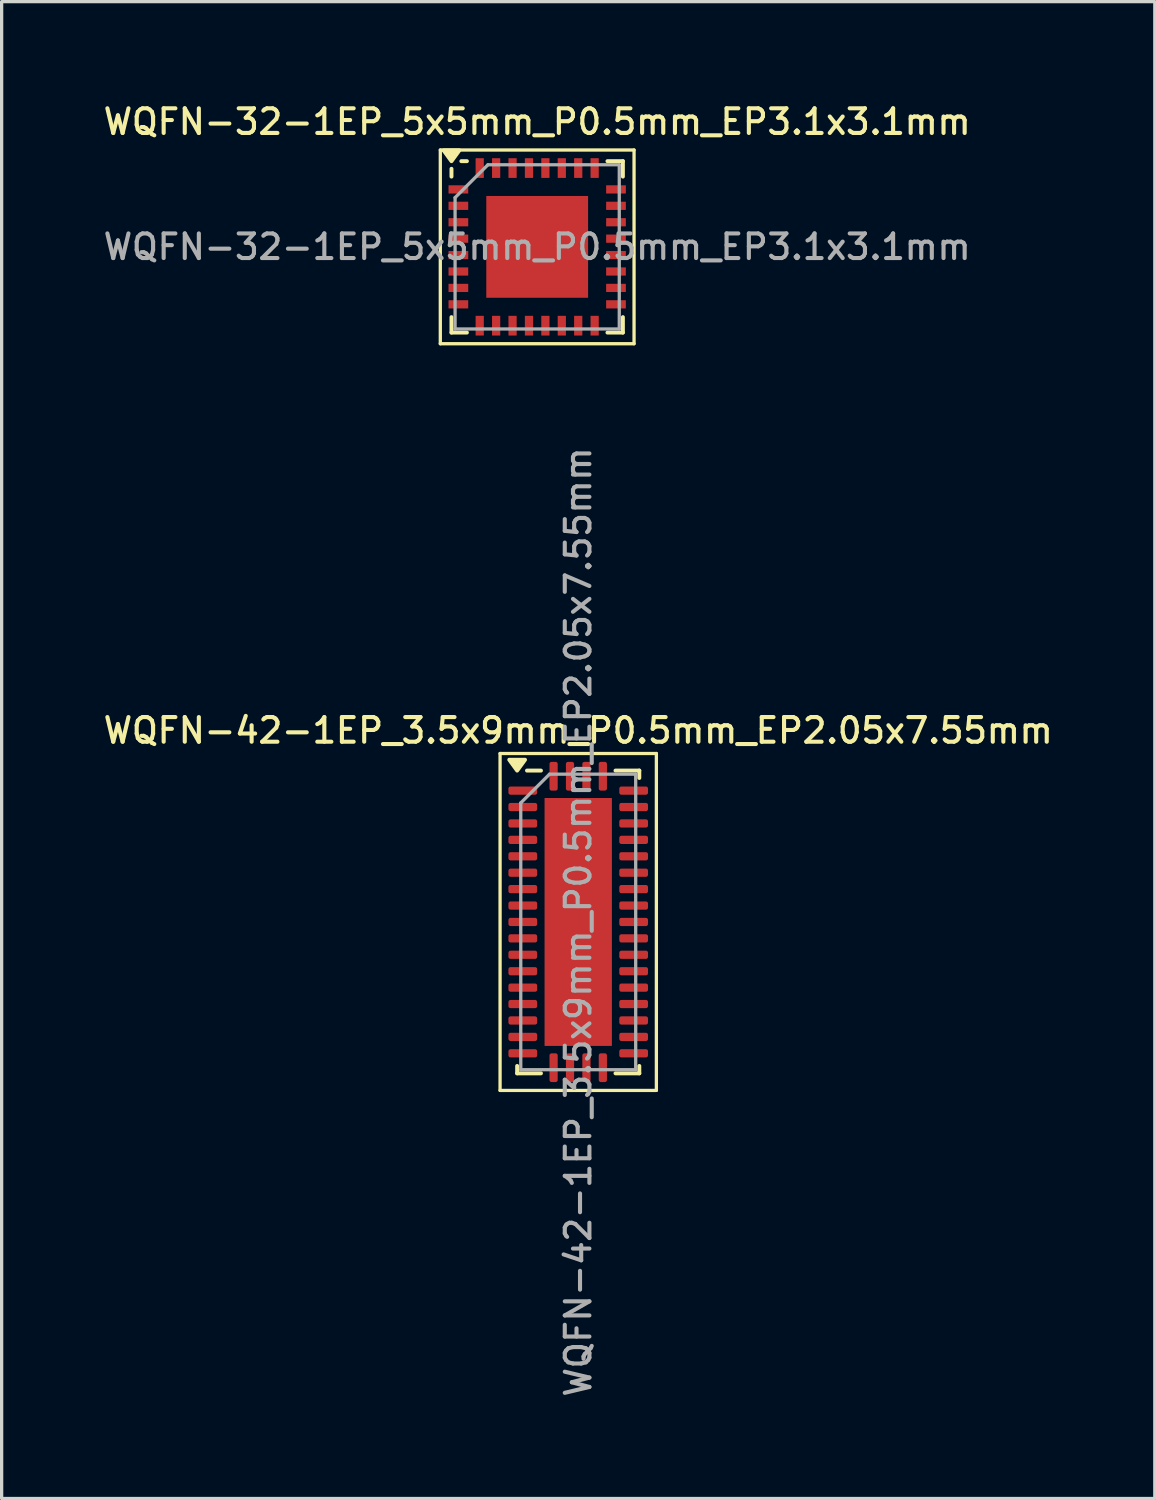
<source format=kicad_pcb>
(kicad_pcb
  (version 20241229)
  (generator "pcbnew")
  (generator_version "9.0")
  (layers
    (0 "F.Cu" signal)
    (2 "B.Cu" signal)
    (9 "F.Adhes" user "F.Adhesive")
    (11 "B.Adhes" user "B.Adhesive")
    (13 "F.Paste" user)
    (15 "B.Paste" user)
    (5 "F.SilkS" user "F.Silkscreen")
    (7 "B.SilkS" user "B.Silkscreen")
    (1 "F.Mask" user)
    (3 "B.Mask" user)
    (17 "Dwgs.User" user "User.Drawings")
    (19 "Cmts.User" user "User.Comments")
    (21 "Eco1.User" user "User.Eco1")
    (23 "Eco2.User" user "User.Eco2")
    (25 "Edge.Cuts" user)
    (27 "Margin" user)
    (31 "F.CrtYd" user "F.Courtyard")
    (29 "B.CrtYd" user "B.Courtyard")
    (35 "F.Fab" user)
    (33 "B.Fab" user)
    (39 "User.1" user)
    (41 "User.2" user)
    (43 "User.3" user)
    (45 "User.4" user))
  (footprint "WQFN-32-1EP_5x5mm_P0.5mm_EP3.1x3.1mm"
    (layer "F.Cu")
    (at 13.309 4.468)
    (property "Reference" "WQFN-32-1EP_5x5mm_P0.5mm_EP3.1x3.1mm" (at 0 -3.81 0) (layer "F.SilkS") (effects (font (size 0.75 0.75) (thickness 0.125))))
    (attr smd)
    (fp_line (start -2.95 -2.95) (end 2.95 -2.95) (stroke (width 0.1) (type solid)) (layer "F.SilkS"))
    (fp_line (start -2.95 2.95) (end -2.95 -2.95) (stroke (width 0.1) (type solid)) (layer "F.SilkS"))
    (fp_line (start -2.61 -2.14) (end -2.61 -2.377) (stroke (width 0.12) (type solid)) (layer "F.SilkS"))
    (fp_line (start -2.61 2.61) (end -2.61 2.14) (stroke (width 0.12) (type solid)) (layer "F.SilkS"))
    (fp_line (start -2.14 -2.61) (end -2.31 -2.61) (stroke (width 0.12) (type solid)) (layer "F.SilkS"))
    (fp_line (start -2.14 2.61) (end -2.61 2.61) (stroke (width 0.12) (type solid)) (layer "F.SilkS"))
    (fp_line (start 2.14 -2.61) (end 2.61 -2.61) (stroke (width 0.12) (type solid)) (layer "F.SilkS"))
    (fp_line (start 2.61 -2.61) (end 2.61 -2.14) (stroke (width 0.12) (type solid)) (layer "F.SilkS"))
    (fp_line (start 2.61 2.14) (end 2.61 2.61) (stroke (width 0.12) (type solid)) (layer "F.SilkS"))
    (fp_line (start 2.61 2.61) (end 2.14 2.61) (stroke (width 0.12) (type solid)) (layer "F.SilkS"))
    (fp_line (start 2.95 -2.95) (end 2.95 2.95) (stroke (width 0.1) (type solid)) (layer "F.SilkS"))
    (fp_line (start 2.95 2.95) (end -2.95 2.95) (stroke (width 0.1) (type solid)) (layer "F.SilkS"))
    (fp_poly (pts (xy -2.61 -2.61) (xy -2.85 -2.94) (xy -2.37 -2.94) (xy -2.61 -2.61)) (stroke (width 0.12) (type solid)) (fill yes) (layer "F.SilkS"))
    (fp_line (start -2.5 -1.5) (end -2.5 2.5) (stroke (width 0.1) (type solid)) (layer "F.Fab"))
    (fp_line (start -1.5 -2.5) (end -2.5 -1.5) (stroke (width 0.1) (type solid)) (layer "F.Fab"))
    (fp_line (start 2.5 -2.5) (end -1.5 -2.5) (stroke (width 0.1) (type solid)) (layer "F.Fab"))
    (fp_line (start 2.5 -2.5) (end 2.5 2.5) (stroke (width 0.1) (type solid)) (layer "F.Fab"))
    (fp_line (start 2.5 2.5) (end -2.5 2.5) (stroke (width 0.1) (type solid)) (layer "F.Fab"))
    (fp_text user "${REFERENCE}" (at 0 0 0) (layer "F.Fab") (effects (font (size 0.75 0.75) (thickness 0.125))))
    (pad "" smd rect (at -0.775 -0.775) (size 1.23 1.23) (layers "F.Paste"))
    (pad "" smd rect (at -0.775 0.775) (size 1.23 1.23) (layers "F.Paste"))
    (pad "" smd rect (at 0.775 -0.775) (size 1.23 1.23) (layers "F.Paste"))
    (pad "" smd rect (at 0.775 0.775) (size 1.23 1.23) (layers "F.Paste"))
    (pad "1" smd rect (at -2.4 -1.75 90) (size 0.25 0.6) (layers "F.Cu" "F.Mask" "F.Paste"))
    (pad "2" smd rect (at -2.4 -1.25 90) (size 0.25 0.6) (layers "F.Cu" "F.Mask" "F.Paste"))
    (pad "3" smd rect (at -2.4 -0.75 90) (size 0.25 0.6) (layers "F.Cu" "F.Mask" "F.Paste"))
    (pad "4" smd rect (at -2.4 -0.25 90) (size 0.25 0.6) (layers "F.Cu" "F.Mask" "F.Paste"))
    (pad "5" smd rect (at -2.4 0.25 90) (size 0.25 0.6) (layers "F.Cu" "F.Mask" "F.Paste"))
    (pad "6" smd rect (at -2.4 0.75 90) (size 0.25 0.6) (layers "F.Cu" "F.Mask" "F.Paste"))
    (pad "7" smd rect (at -2.4 1.25 90) (size 0.25 0.6) (layers "F.Cu" "F.Mask" "F.Paste"))
    (pad "8" smd rect (at -2.4 1.75 90) (size 0.25 0.6) (layers "F.Cu" "F.Mask" "F.Paste"))
    (pad "9" smd rect (at -1.75 2.4) (size 0.25 0.6) (layers "F.Cu" "F.Mask" "F.Paste"))
    (pad "10" smd rect (at -1.25 2.4) (size 0.25 0.6) (layers "F.Cu" "F.Mask" "F.Paste"))
    (pad "11" smd rect (at -0.75 2.4) (size 0.25 0.6) (layers "F.Cu" "F.Mask" "F.Paste"))
    (pad "12" smd rect (at -0.25 2.4) (size 0.25 0.6) (layers "F.Cu" "F.Mask" "F.Paste"))
    (pad "13" smd rect (at 0.25 2.4) (size 0.25 0.6) (layers "F.Cu" "F.Mask" "F.Paste"))
    (pad "14" smd rect (at 0.75 2.4) (size 0.25 0.6) (layers "F.Cu" "F.Mask" "F.Paste"))
    (pad "15" smd rect (at 1.25 2.4) (size 0.25 0.6) (layers "F.Cu" "F.Mask" "F.Paste"))
    (pad "16" smd rect (at 1.75 2.4) (size 0.25 0.6) (layers "F.Cu" "F.Mask" "F.Paste"))
    (pad "17" smd rect (at 2.4 1.75 90) (size 0.25 0.6) (layers "F.Cu" "F.Mask" "F.Paste"))
    (pad "18" smd rect (at 2.4 1.25 90) (size 0.25 0.6) (layers "F.Cu" "F.Mask" "F.Paste"))
    (pad "19" smd rect (at 2.4 0.75 90) (size 0.25 0.6) (layers "F.Cu" "F.Mask" "F.Paste"))
    (pad "20" smd rect (at 2.4 0.25 90) (size 0.25 0.6) (layers "F.Cu" "F.Mask" "F.Paste"))
    (pad "21" smd rect (at 2.4 -0.25 90) (size 0.25 0.6) (layers "F.Cu" "F.Mask" "F.Paste"))
    (pad "22" smd rect (at 2.4 -0.75 90) (size 0.25 0.6) (layers "F.Cu" "F.Mask" "F.Paste"))
    (pad "23" smd rect (at 2.4 -1.25 90) (size 0.25 0.6) (layers "F.Cu" "F.Mask" "F.Paste"))
    (pad "24" smd rect (at 2.4 -1.75 90) (size 0.25 0.6) (layers "F.Cu" "F.Mask" "F.Paste"))
    (pad "25" smd rect (at 1.75 -2.4) (size 0.25 0.6) (layers "F.Cu" "F.Mask" "F.Paste"))
    (pad "26" smd rect (at 1.25 -2.4) (size 0.25 0.6) (layers "F.Cu" "F.Mask" "F.Paste"))
    (pad "27" smd rect (at 0.75 -2.4) (size 0.25 0.6) (layers "F.Cu" "F.Mask" "F.Paste"))
    (pad "28" smd rect (at 0.25 -2.4) (size 0.25 0.6) (layers "F.Cu" "F.Mask" "F.Paste"))
    (pad "29" smd rect (at -0.25 -2.4) (size 0.25 0.6) (layers "F.Cu" "F.Mask" "F.Paste"))
    (pad "30" smd rect (at -0.75 -2.4) (size 0.25 0.6) (layers "F.Cu" "F.Mask" "F.Paste"))
    (pad "31" smd rect (at -1.25 -2.4) (size 0.25 0.6) (layers "F.Cu" "F.Mask" "F.Paste"))
    (pad "32" smd rect (at -1.75 -2.4) (size 0.25 0.6) (layers "F.Cu" "F.Mask" "F.Paste"))
    (pad "33" smd rect (at 0 0) (size 3.1 3.1) (layers "F.Cu" "F.Mask")))
  (footprint "WQFN-42-1EP_3.5x9mm_P0.5mm_EP2.05x7.55mm"
    (layer "F.Cu")
    (at 14.559 25.027)
    (property "Reference" "WQFN-42-1EP_3.5x9mm_P0.5mm_EP2.05x7.55mm" (at 0 -5.83 0) (layer "F.SilkS") (effects (font (size 0.75 0.75) (thickness 0.125))))
    (attr smd)
    (fp_line (start -2.38 -5.13) (end -2.38 5.13) (stroke (width 0.1) (type solid)) (layer "F.SilkS"))
    (fp_line (start -2.38 5.13) (end 2.38 5.13) (stroke (width 0.1) (type solid)) (layer "F.SilkS"))
    (fp_line (start -1.86 4.61) (end -1.86 4.385) (stroke (width 0.12) (type solid)) (layer "F.SilkS"))
    (fp_line (start -1.135 -4.61) (end -1.56 -4.61) (stroke (width 0.12) (type solid)) (layer "F.SilkS"))
    (fp_line (start -1.135 4.61) (end -1.86 4.61) (stroke (width 0.12) (type solid)) (layer "F.SilkS"))
    (fp_line (start 1.135 -4.61) (end 1.86 -4.61) (stroke (width 0.12) (type solid)) (layer "F.SilkS"))
    (fp_line (start 1.135 4.61) (end 1.86 4.61) (stroke (width 0.12) (type solid)) (layer "F.SilkS"))
    (fp_line (start 1.86 -4.61) (end 1.86 -4.385) (stroke (width 0.12) (type solid)) (layer "F.SilkS"))
    (fp_line (start 1.86 4.61) (end 1.86 4.385) (stroke (width 0.12) (type solid)) (layer "F.SilkS"))
    (fp_line (start 2.38 -5.13) (end -2.38 -5.13) (stroke (width 0.1) (type solid)) (layer "F.SilkS"))
    (fp_line (start 2.38 5.13) (end 2.38 -5.13) (stroke (width 0.1) (type solid)) (layer "F.SilkS"))
    (fp_poly (pts (xy -1.86 -4.61) (xy -2.1 -4.94) (xy -1.62 -4.94) (xy -1.86 -4.61)) (stroke (width 0.12) (type solid)) (fill yes) (layer "F.SilkS"))
    (fp_line (start -1.75 -3.625) (end -0.875 -4.5) (stroke (width 0.1) (type solid)) (layer "F.Fab"))
    (fp_line (start -1.75 4.5) (end -1.75 -3.625) (stroke (width 0.1) (type solid)) (layer "F.Fab"))
    (fp_line (start -0.875 -4.5) (end 1.75 -4.5) (stroke (width 0.1) (type solid)) (layer "F.Fab"))
    (fp_line (start 1.75 -4.5) (end 1.75 4.5) (stroke (width 0.1) (type solid)) (layer "F.Fab"))
    (fp_line (start 1.75 4.5) (end -1.75 4.5) (stroke (width 0.1) (type solid)) (layer "F.Fab"))
    (fp_text user "${REFERENCE}" (at 0 0 90) (layer "F.Fab") (effects (font (size 0.75 0.75) (thickness 0.125))))
    (pad "" smd roundrect (at -0.51 -3.24) (size 0.83 0.87) (layers "F.Paste") (roundrect_rratio 0.25))
    (pad "" smd roundrect (at -0.51 -2.16) (size 0.83 0.87) (layers "F.Paste") (roundrect_rratio 0.25))
    (pad "" smd roundrect (at -0.51 -1.08) (size 0.83 0.87) (layers "F.Paste") (roundrect_rratio 0.25))
    (pad "" smd roundrect (at -0.51 0) (size 0.83 0.87) (layers "F.Paste") (roundrect_rratio 0.25))
    (pad "" smd roundrect (at -0.51 1.08) (size 0.83 0.87) (layers "F.Paste") (roundrect_rratio 0.25))
    (pad "" smd roundrect (at -0.51 2.16) (size 0.83 0.87) (layers "F.Paste") (roundrect_rratio 0.25))
    (pad "" smd roundrect (at -0.51 3.24) (size 0.83 0.87) (layers "F.Paste") (roundrect_rratio 0.25))
    (pad "" smd roundrect (at 0.51 -3.24) (size 0.83 0.87) (layers "F.Paste") (roundrect_rratio 0.25))
    (pad "" smd roundrect (at 0.51 -2.16) (size 0.83 0.87) (layers "F.Paste") (roundrect_rratio 0.25))
    (pad "" smd roundrect (at 0.51 -1.08) (size 0.83 0.87) (layers "F.Paste") (roundrect_rratio 0.25))
    (pad "" smd roundrect (at 0.51 0) (size 0.83 0.87) (layers "F.Paste") (roundrect_rratio 0.25))
    (pad "" smd roundrect (at 0.51 1.08) (size 0.83 0.87) (layers "F.Paste") (roundrect_rratio 0.25))
    (pad "" smd roundrect (at 0.51 2.16) (size 0.83 0.87) (layers "F.Paste") (roundrect_rratio 0.25))
    (pad "" smd roundrect (at 0.51 3.24) (size 0.83 0.87) (layers "F.Paste") (roundrect_rratio 0.25))
    (pad "1" smd roundrect (at -1.688 -4) (size 0.875 0.25) (layers "F.Cu" "F.Mask" "F.Paste") (roundrect_rratio 0.25))
    (pad "2" smd roundrect (at -1.688 -3.5) (size 0.875 0.25) (layers "F.Cu" "F.Mask" "F.Paste") (roundrect_rratio 0.25))
    (pad "3" smd roundrect (at -1.688 -3) (size 0.875 0.25) (layers "F.Cu" "F.Mask" "F.Paste") (roundrect_rratio 0.25))
    (pad "4" smd roundrect (at -1.688 -2.5) (size 0.875 0.25) (layers "F.Cu" "F.Mask" "F.Paste") (roundrect_rratio 0.25))
    (pad "5" smd roundrect (at -1.688 -2) (size 0.875 0.25) (layers "F.Cu" "F.Mask" "F.Paste") (roundrect_rratio 0.25))
    (pad "6" smd roundrect (at -1.688 -1.5) (size 0.875 0.25) (layers "F.Cu" "F.Mask" "F.Paste") (roundrect_rratio 0.25))
    (pad "7" smd roundrect (at -1.688 -1) (size 0.875 0.25) (layers "F.Cu" "F.Mask" "F.Paste") (roundrect_rratio 0.25))
    (pad "8" smd roundrect (at -1.688 -0.5) (size 0.875 0.25) (layers "F.Cu" "F.Mask" "F.Paste") (roundrect_rratio 0.25))
    (pad "9" smd roundrect (at -1.688 0) (size 0.875 0.25) (layers "F.Cu" "F.Mask" "F.Paste") (roundrect_rratio 0.25))
    (pad "10" smd roundrect (at -1.688 0.5) (size 0.875 0.25) (layers "F.Cu" "F.Mask" "F.Paste") (roundrect_rratio 0.25))
    (pad "11" smd roundrect (at -1.688 1) (size 0.875 0.25) (layers "F.Cu" "F.Mask" "F.Paste") (roundrect_rratio 0.25))
    (pad "12" smd roundrect (at -1.688 1.5) (size 0.875 0.25) (layers "F.Cu" "F.Mask" "F.Paste") (roundrect_rratio 0.25))
    (pad "13" smd roundrect (at -1.688 2) (size 0.875 0.25) (layers "F.Cu" "F.Mask" "F.Paste") (roundrect_rratio 0.25))
    (pad "14" smd roundrect (at -1.688 2.5) (size 0.875 0.25) (layers "F.Cu" "F.Mask" "F.Paste") (roundrect_rratio 0.25))
    (pad "15" smd roundrect (at -1.688 3) (size 0.875 0.25) (layers "F.Cu" "F.Mask" "F.Paste") (roundrect_rratio 0.25))
    (pad "16" smd roundrect (at -1.688 3.5) (size 0.875 0.25) (layers "F.Cu" "F.Mask" "F.Paste") (roundrect_rratio 0.25))
    (pad "17" smd roundrect (at -1.688 4) (size 0.875 0.25) (layers "F.Cu" "F.Mask" "F.Paste") (roundrect_rratio 0.25))
    (pad "18" smd roundrect (at -0.75 4.438) (size 0.25 0.875) (layers "F.Cu" "F.Mask" "F.Paste") (roundrect_rratio 0.25))
    (pad "19" smd roundrect (at -0.25 4.438) (size 0.25 0.875) (layers "F.Cu" "F.Mask" "F.Paste") (roundrect_rratio 0.25))
    (pad "20" smd roundrect (at 0.25 4.438) (size 0.25 0.875) (layers "F.Cu" "F.Mask" "F.Paste") (roundrect_rratio 0.25))
    (pad "21" smd roundrect (at 0.75 4.438) (size 0.25 0.875) (layers "F.Cu" "F.Mask" "F.Paste") (roundrect_rratio 0.25))
    (pad "22" smd roundrect (at 1.688 4) (size 0.875 0.25) (layers "F.Cu" "F.Mask" "F.Paste") (roundrect_rratio 0.25))
    (pad "23" smd roundrect (at 1.688 3.5) (size 0.875 0.25) (layers "F.Cu" "F.Mask" "F.Paste") (roundrect_rratio 0.25))
    (pad "24" smd roundrect (at 1.688 3) (size 0.875 0.25) (layers "F.Cu" "F.Mask" "F.Paste") (roundrect_rratio 0.25))
    (pad "25" smd roundrect (at 1.688 2.5) (size 0.875 0.25) (layers "F.Cu" "F.Mask" "F.Paste") (roundrect_rratio 0.25))
    (pad "26" smd roundrect (at 1.688 2) (size 0.875 0.25) (layers "F.Cu" "F.Mask" "F.Paste") (roundrect_rratio 0.25))
    (pad "27" smd roundrect (at 1.688 1.5) (size 0.875 0.25) (layers "F.Cu" "F.Mask" "F.Paste") (roundrect_rratio 0.25))
    (pad "28" smd roundrect (at 1.688 1) (size 0.875 0.25) (layers "F.Cu" "F.Mask" "F.Paste") (roundrect_rratio 0.25))
    (pad "29" smd roundrect (at 1.688 0.5) (size 0.875 0.25) (layers "F.Cu" "F.Mask" "F.Paste") (roundrect_rratio 0.25))
    (pad "30" smd roundrect (at 1.688 0) (size 0.875 0.25) (layers "F.Cu" "F.Mask" "F.Paste") (roundrect_rratio 0.25))
    (pad "31" smd roundrect (at 1.688 -0.5) (size 0.875 0.25) (layers "F.Cu" "F.Mask" "F.Paste") (roundrect_rratio 0.25))
    (pad "32" smd roundrect (at 1.688 -1) (size 0.875 0.25) (layers "F.Cu" "F.Mask" "F.Paste") (roundrect_rratio 0.25))
    (pad "33" smd roundrect (at 1.688 -1.5) (size 0.875 0.25) (layers "F.Cu" "F.Mask" "F.Paste") (roundrect_rratio 0.25))
    (pad "34" smd roundrect (at 1.688 -2) (size 0.875 0.25) (layers "F.Cu" "F.Mask" "F.Paste") (roundrect_rratio 0.25))
    (pad "35" smd roundrect (at 1.688 -2.5) (size 0.875 0.25) (layers "F.Cu" "F.Mask" "F.Paste") (roundrect_rratio 0.25))
    (pad "36" smd roundrect (at 1.688 -3) (size 0.875 0.25) (layers "F.Cu" "F.Mask" "F.Paste") (roundrect_rratio 0.25))
    (pad "37" smd roundrect (at 1.688 -3.5) (size 0.875 0.25) (layers "F.Cu" "F.Mask" "F.Paste") (roundrect_rratio 0.25))
    (pad "38" smd roundrect (at 1.688 -4) (size 0.875 0.25) (layers "F.Cu" "F.Mask" "F.Paste") (roundrect_rratio 0.25))
    (pad "39" smd roundrect (at 0.75 -4.438) (size 0.25 0.875) (layers "F.Cu" "F.Mask" "F.Paste") (roundrect_rratio 0.25))
    (pad "40" smd roundrect (at 0.25 -4.438) (size 0.25 0.875) (layers "F.Cu" "F.Mask" "F.Paste") (roundrect_rratio 0.25))
    (pad "41" smd roundrect (at -0.25 -4.438) (size 0.25 0.875) (layers "F.Cu" "F.Mask" "F.Paste") (roundrect_rratio 0.25))
    (pad "42" smd roundrect (at -0.75 -4.438) (size 0.25 0.875) (layers "F.Cu" "F.Mask" "F.Paste") (roundrect_rratio 0.25))
    (pad "43" smd rect (at 0 0) (size 2.05 7.55) (property pad_prop_heatsink) (layers "F.Cu" "F.Mask")))
  (gr_rect
    (start -3 -3)
    (end 32.118 42.586)
    (stroke (width 0.1) (type default))
    (fill no)
    (layer "Edge.Cuts")))
</source>
